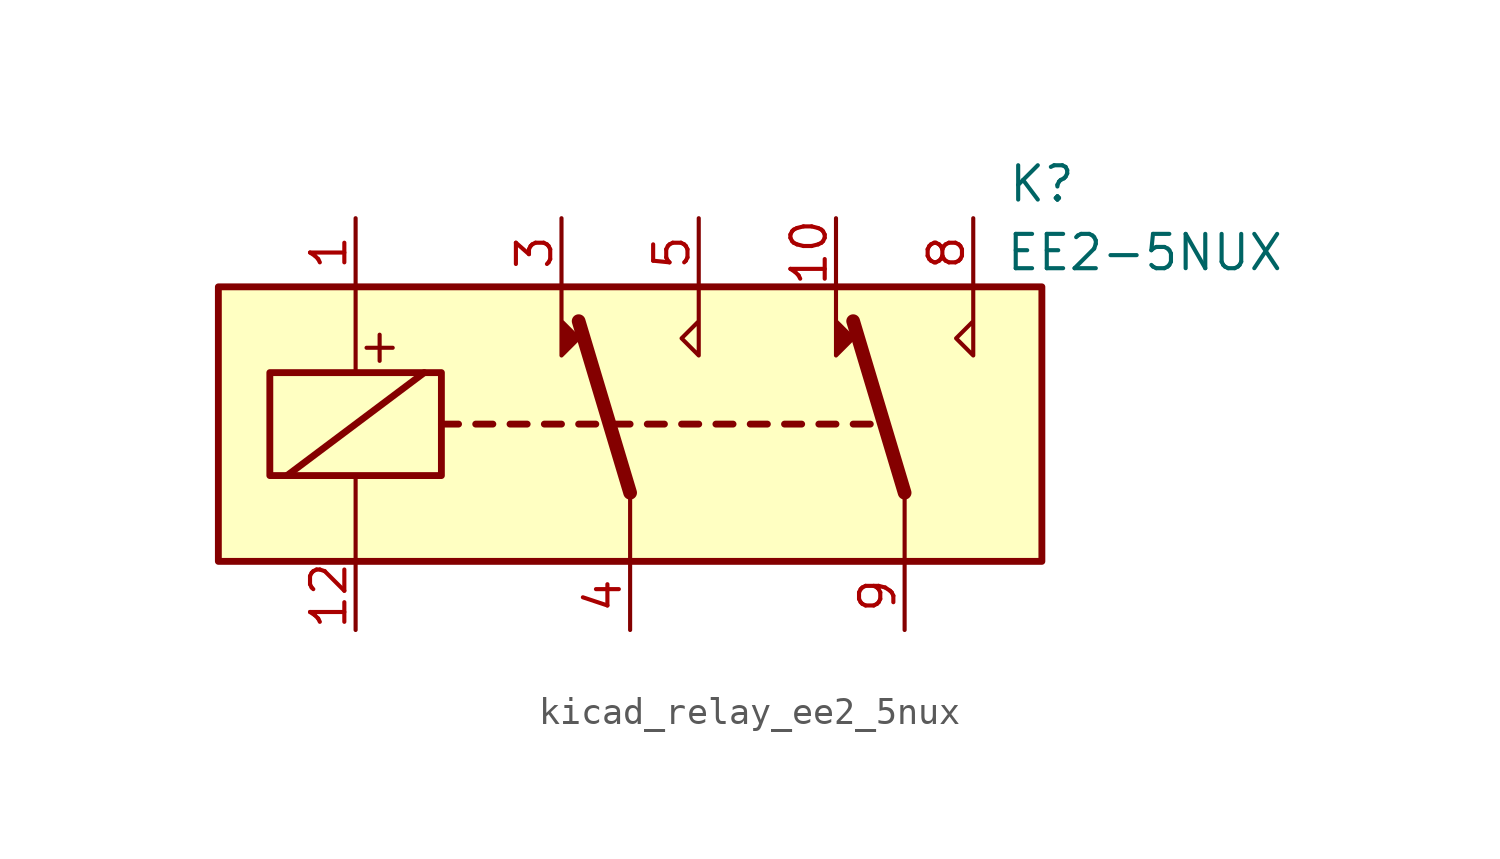
<source format=kicad_sym>
(kicad_symbol_lib
  (version 20220914)
  (generator kicad_symbol_editor)
  (symbol "kicad_relay_ee2_5nux"
    (property "Reference" "K"
      (at 15.24 8.89 0)
      (effects (font (size 1.27 1.27))))
    (property "Value" "EE2-5NUX"
      (at 19.05 6.35 0)
      (effects (font (size 1.27 1.27))))
    (symbol "kicad_relay_ee2_5nux_1_1"
      (rectangle (start -15.24 5.08) (end 15.24 -5.08) (stroke (width 0.254) (type default)) (fill (type background)))
      (rectangle (start -13.335 1.905) (end -6.985 -1.905) (stroke (width 0.254) (type default)) (fill (type none)))
      (polyline (pts (xy -12.7 -1.905) (xy -7.62 1.905)) (stroke (width 0.254) (type default)) (fill (type none)))
      (polyline (pts (xy -10.16 -5.08) (xy -10.16 -1.905)) (stroke (width 0) (type default)) (fill (type none)))
      (polyline (pts (xy -10.16 5.08) (xy -10.16 1.905)) (stroke (width 0) (type default)) (fill (type none)))
      (polyline (pts (xy -6.985 0) (xy -6.35 0)) (stroke (width 0.254) (type default)) (fill (type none)))
      (polyline (pts (xy -5.715 0) (xy -5.08 0)) (stroke (width 0.254) (type default)) (fill (type none)))
      (polyline (pts (xy -4.445 0) (xy -3.81 0)) (stroke (width 0.254) (type default)) (fill (type none)))
      (polyline (pts (xy -3.175 0) (xy -2.54 0)) (stroke (width 0.254) (type default)) (fill (type none)))
      (polyline (pts (xy -1.905 0) (xy -1.27 0)) (stroke (width 0.254) (type default)) (fill (type none)))
      (polyline (pts (xy -0.635 0) (xy 0 0)) (stroke (width 0.254) (type default)) (fill (type none)))
      (polyline (pts (xy 0 -2.54) (xy -1.905 3.81)) (stroke (width 0.508) (type default)) (fill (type none)))
      (polyline (pts (xy 0 -2.54) (xy 0 -5.08)) (stroke (width 0) (type default)) (fill (type none)))
      (polyline (pts (xy 0.635 0) (xy 1.27 0)) (stroke (width 0.254) (type default)) (fill (type none)))
      (polyline (pts (xy 1.905 0) (xy 2.54 0)) (stroke (width 0.254) (type default)) (fill (type none)))
      (polyline (pts (xy 3.175 0) (xy 3.81 0)) (stroke (width 0.254) (type default)) (fill (type none)))
      (polyline (pts (xy 4.445 0) (xy 5.08 0)) (stroke (width 0.254) (type default)) (fill (type none)))
      (polyline (pts (xy 5.715 0) (xy 6.35 0)) (stroke (width 0.254) (type default)) (fill (type none)))
      (polyline (pts (xy 6.985 0) (xy 7.62 0)) (stroke (width 0.254) (type default)) (fill (type none)))
      (polyline (pts (xy 8.255 0) (xy 8.89 0)) (stroke (width 0.254) (type default)) (fill (type none)))
      (polyline (pts (xy 10.16 -2.54) (xy 8.255 3.81)) (stroke (width 0.508) (type default)) (fill (type none)))
      (polyline (pts (xy 10.16 -2.54) (xy 10.16 -5.08)) (stroke (width 0) (type default)) (fill (type none)))
      (polyline (pts (xy -2.54 5.08) (xy -2.54 2.54) (xy -1.905 3.175) (xy -2.54 3.81)) (stroke (width 0) (type default)) (fill (type outline)))
      (polyline (pts (xy 2.54 5.08) (xy 2.54 2.54) (xy 1.905 3.175) (xy 2.54 3.81)) (stroke (width 0) (type default)) (fill (type none)))
      (polyline (pts (xy 7.62 5.08) (xy 7.62 2.54) (xy 8.255 3.175) (xy 7.62 3.81)) (stroke (width 0) (type default)) (fill (type outline)))
      (polyline (pts (xy 12.7 5.08) (xy 12.7 2.54) (xy 12.065 3.175) (xy 12.7 3.81)) (stroke (width 0) (type default)) (fill (type none)))
      (text "+" (at -9.271 2.921 0) (effects (font (size 1.27 1.27))))
      (pin passive line (at -10.16 7.62 270) (length 2.54) (name "~" (effects (font (size 1.27 1.27)))) (number "1" (effects (font (size 1.27 1.27)))))
      (pin passive line (at 7.62 7.62 270) (length 2.54) (name "~" (effects (font (size 1.27 1.27)))) (number "10" (effects (font (size 1.27 1.27)))))
      (pin passive line (at -10.16 -7.62 90) (length 2.54) (name "~" (effects (font (size 1.27 1.27)))) (number "12" (effects (font (size 1.27 1.27)))))
      (pin passive line (at -2.54 7.62 270) (length 2.54) (name "~" (effects (font (size 1.27 1.27)))) (number "3" (effects (font (size 1.27 1.27)))))
      (pin passive line (at 0 -7.62 90) (length 2.54) (name "~" (effects (font (size 1.27 1.27)))) (number "4" (effects (font (size 1.27 1.27)))))
      (pin passive line (at 2.54 7.62 270) (length 2.54) (name "~" (effects (font (size 1.27 1.27)))) (number "5" (effects (font (size 1.27 1.27)))))
      (pin passive line (at 12.7 7.62 270) (length 2.54) (name "~" (effects (font (size 1.27 1.27)))) (number "8" (effects (font (size 1.27 1.27)))))
      (pin passive line (at 10.16 -7.62 90) (length 2.54) (name "~" (effects (font (size 1.27 1.27)))) (number "9" (effects (font (size 1.27 1.27))))))))
</source>
